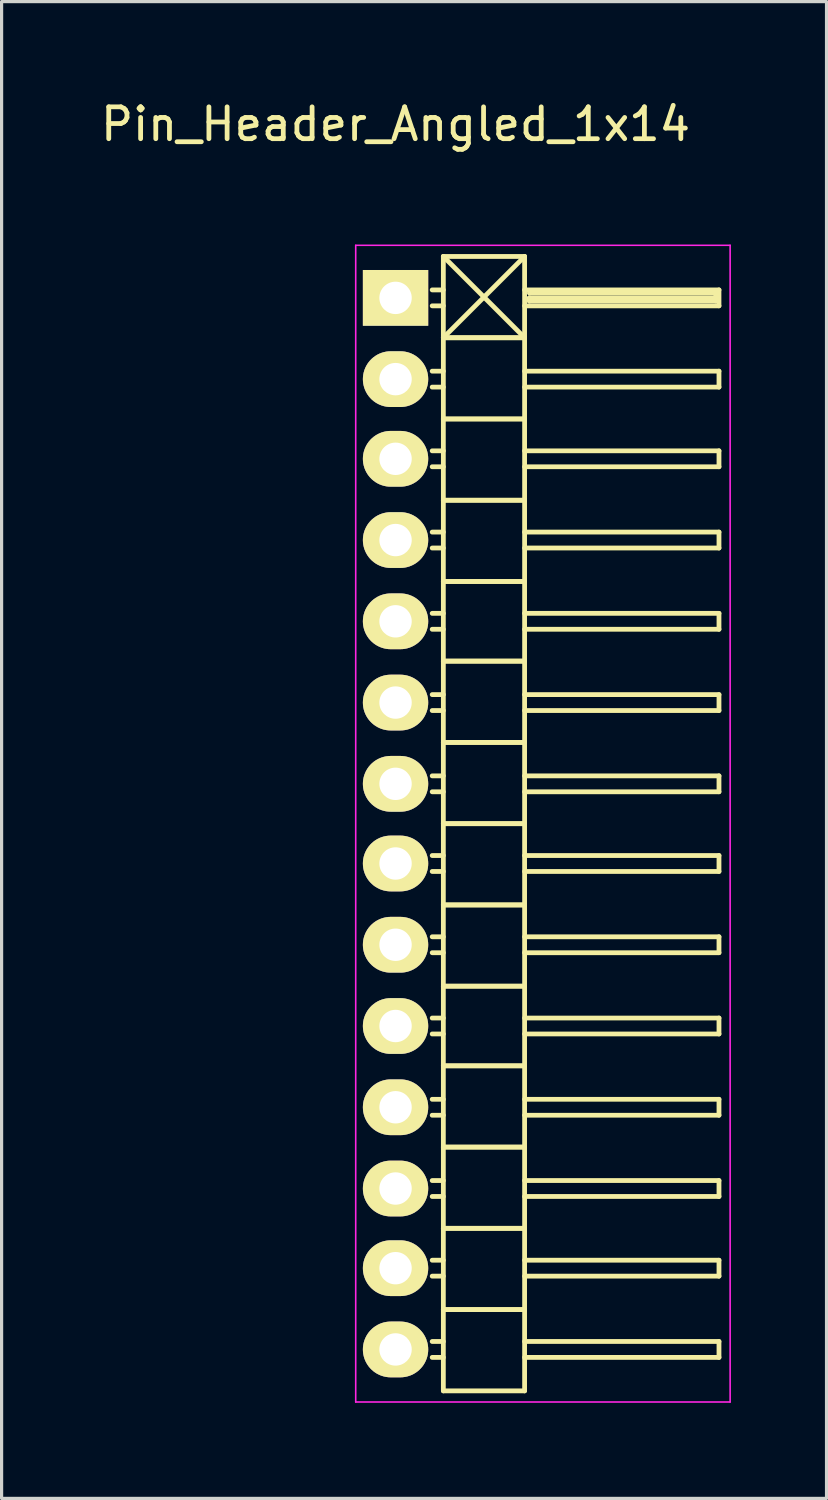
<source format=kicad_pcb>
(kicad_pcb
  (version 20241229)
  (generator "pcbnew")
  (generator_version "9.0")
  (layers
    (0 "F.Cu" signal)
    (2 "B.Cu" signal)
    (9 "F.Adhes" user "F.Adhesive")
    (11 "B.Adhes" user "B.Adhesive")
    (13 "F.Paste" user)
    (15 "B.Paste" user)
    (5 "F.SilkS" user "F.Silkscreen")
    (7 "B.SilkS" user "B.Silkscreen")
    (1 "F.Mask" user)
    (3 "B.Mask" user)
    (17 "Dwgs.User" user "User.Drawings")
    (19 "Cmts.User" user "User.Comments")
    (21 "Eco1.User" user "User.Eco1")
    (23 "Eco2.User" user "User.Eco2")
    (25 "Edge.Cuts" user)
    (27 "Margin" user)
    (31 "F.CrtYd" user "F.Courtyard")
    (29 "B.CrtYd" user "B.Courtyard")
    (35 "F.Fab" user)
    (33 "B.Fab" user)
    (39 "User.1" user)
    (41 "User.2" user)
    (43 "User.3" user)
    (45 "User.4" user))
  (footprint "Pin_Header_Angled_1x14"
    (layer "F.Cu")
    (at 9.363 6.298)
    (property "Reference" "Pin_Header_Angled_1x14" (at 0 -5.45 0) (layer "F.SilkS") (effects (font (size 1 1) (thickness 0.15))))
    (attr through_hole)
    (fp_line (start 1.5 -1.3) (end 1.5 1.25) (stroke (width 0.15) (type solid)) (layer "F.SilkS"))
    (fp_line (start 1.5 -1.3) (end 4.05 -1.3) (stroke (width 0.15) (type solid)) (layer "F.SilkS"))
    (fp_line (start 1.5 -0.25) (end 1.15 -0.25) (stroke (width 0.15) (type solid)) (layer "F.SilkS"))
    (fp_line (start 1.5 0.25) (end 1.15 0.25) (stroke (width 0.15) (type solid)) (layer "F.SilkS"))
    (fp_line (start 1.5 1.25) (end 1.5 3.8) (stroke (width 0.15) (type solid)) (layer "F.SilkS"))
    (fp_line (start 1.5 1.25) (end 4.05 1.25) (stroke (width 0.15) (type solid)) (layer "F.SilkS"))
    (fp_line (start 1.5 1.25) (end 4.05 1.25) (stroke (width 0.15) (type solid)) (layer "F.SilkS"))
    (fp_line (start 1.5 2.3) (end 1.15 2.3) (stroke (width 0.15) (type solid)) (layer "F.SilkS"))
    (fp_line (start 1.5 2.8) (end 1.15 2.8) (stroke (width 0.15) (type solid)) (layer "F.SilkS"))
    (fp_line (start 1.5 3.8) (end 1.5 6.35) (stroke (width 0.15) (type solid)) (layer "F.SilkS"))
    (fp_line (start 1.5 3.8) (end 4.05 3.8) (stroke (width 0.15) (type solid)) (layer "F.SilkS"))
    (fp_line (start 1.5 3.8) (end 4.05 3.8) (stroke (width 0.15) (type solid)) (layer "F.SilkS"))
    (fp_line (start 1.5 4.8) (end 1.15 4.8) (stroke (width 0.15) (type solid)) (layer "F.SilkS"))
    (fp_line (start 1.5 5.3) (end 1.15 5.3) (stroke (width 0.15) (type solid)) (layer "F.SilkS"))
    (fp_line (start 1.5 6.35) (end 1.5 8.9) (stroke (width 0.15) (type solid)) (layer "F.SilkS"))
    (fp_line (start 1.5 6.35) (end 4.05 6.35) (stroke (width 0.15) (type solid)) (layer "F.SilkS"))
    (fp_line (start 1.5 6.35) (end 4.05 6.35) (stroke (width 0.15) (type solid)) (layer "F.SilkS"))
    (fp_line (start 1.5 7.35) (end 1.15 7.35) (stroke (width 0.15) (type solid)) (layer "F.SilkS"))
    (fp_line (start 1.5 7.85) (end 1.15 7.85) (stroke (width 0.15) (type solid)) (layer "F.SilkS"))
    (fp_line (start 1.5 8.9) (end 1.5 11.4) (stroke (width 0.15) (type solid)) (layer "F.SilkS"))
    (fp_line (start 1.5 8.9) (end 4.05 8.9) (stroke (width 0.15) (type solid)) (layer "F.SilkS"))
    (fp_line (start 1.5 8.9) (end 4.05 8.9) (stroke (width 0.15) (type solid)) (layer "F.SilkS"))
    (fp_line (start 1.5 9.9) (end 1.15 9.9) (stroke (width 0.15) (type solid)) (layer "F.SilkS"))
    (fp_line (start 1.5 10.4) (end 1.15 10.4) (stroke (width 0.15) (type solid)) (layer "F.SilkS"))
    (fp_line (start 1.5 11.4) (end 1.5 13.95) (stroke (width 0.15) (type solid)) (layer "F.SilkS"))
    (fp_line (start 1.5 11.4) (end 4.05 11.4) (stroke (width 0.15) (type solid)) (layer "F.SilkS"))
    (fp_line (start 1.5 11.4) (end 4.05 11.4) (stroke (width 0.15) (type solid)) (layer "F.SilkS"))
    (fp_line (start 1.5 12.45) (end 1.15 12.45) (stroke (width 0.15) (type solid)) (layer "F.SilkS"))
    (fp_line (start 1.5 12.95) (end 1.15 12.95) (stroke (width 0.15) (type solid)) (layer "F.SilkS"))
    (fp_line (start 1.5 13.95) (end 1.5 16.5) (stroke (width 0.15) (type solid)) (layer "F.SilkS"))
    (fp_line (start 1.5 13.95) (end 4.05 13.95) (stroke (width 0.15) (type solid)) (layer "F.SilkS"))
    (fp_line (start 1.5 13.95) (end 4.05 13.95) (stroke (width 0.15) (type solid)) (layer "F.SilkS"))
    (fp_line (start 1.5 15) (end 1.15 15) (stroke (width 0.15) (type solid)) (layer "F.SilkS"))
    (fp_line (start 1.5 15.5) (end 1.15 15.5) (stroke (width 0.15) (type solid)) (layer "F.SilkS"))
    (fp_line (start 1.5 16.5) (end 1.5 19.05) (stroke (width 0.15) (type solid)) (layer "F.SilkS"))
    (fp_line (start 1.5 16.5) (end 4.05 16.5) (stroke (width 0.15) (type solid)) (layer "F.SilkS"))
    (fp_line (start 1.5 16.5) (end 4.05 16.5) (stroke (width 0.15) (type solid)) (layer "F.SilkS"))
    (fp_line (start 1.5 17.5) (end 1.15 17.5) (stroke (width 0.15) (type solid)) (layer "F.SilkS"))
    (fp_line (start 1.5 18) (end 1.15 18) (stroke (width 0.15) (type solid)) (layer "F.SilkS"))
    (fp_line (start 1.5 19.05) (end 1.5 21.6) (stroke (width 0.15) (type solid)) (layer "F.SilkS"))
    (fp_line (start 1.5 19.05) (end 4.05 19.05) (stroke (width 0.15) (type solid)) (layer "F.SilkS"))
    (fp_line (start 1.5 19.05) (end 4.05 19.05) (stroke (width 0.15) (type solid)) (layer "F.SilkS"))
    (fp_line (start 1.5 20.05) (end 1.15 20.05) (stroke (width 0.15) (type solid)) (layer "F.SilkS"))
    (fp_line (start 1.5 20.55) (end 1.15 20.55) (stroke (width 0.15) (type solid)) (layer "F.SilkS"))
    (fp_line (start 1.5 21.6) (end 1.5 24.1) (stroke (width 0.15) (type solid)) (layer "F.SilkS"))
    (fp_line (start 1.5 21.6) (end 4.05 21.6) (stroke (width 0.15) (type solid)) (layer "F.SilkS"))
    (fp_line (start 1.5 21.6) (end 4.05 21.6) (stroke (width 0.15) (type solid)) (layer "F.SilkS"))
    (fp_line (start 1.5 22.6) (end 1.15 22.6) (stroke (width 0.15) (type solid)) (layer "F.SilkS"))
    (fp_line (start 1.5 23.1) (end 1.15 23.1) (stroke (width 0.15) (type solid)) (layer "F.SilkS"))
    (fp_line (start 1.5 24.1) (end 1.5 26.65) (stroke (width 0.15) (type solid)) (layer "F.SilkS"))
    (fp_line (start 1.5 24.1) (end 4.05 24.1) (stroke (width 0.15) (type solid)) (layer "F.SilkS"))
    (fp_line (start 1.5 24.1) (end 4.05 24.1) (stroke (width 0.15) (type solid)) (layer "F.SilkS"))
    (fp_line (start 1.5 25.15) (end 1.15 25.15) (stroke (width 0.15) (type solid)) (layer "F.SilkS"))
    (fp_line (start 1.5 25.65) (end 1.15 25.65) (stroke (width 0.15) (type solid)) (layer "F.SilkS"))
    (fp_line (start 1.5 26.65) (end 1.5 29.2) (stroke (width 0.15) (type solid)) (layer "F.SilkS"))
    (fp_line (start 1.5 26.65) (end 4.05 26.65) (stroke (width 0.15) (type solid)) (layer "F.SilkS"))
    (fp_line (start 1.5 26.65) (end 4.05 26.65) (stroke (width 0.15) (type solid)) (layer "F.SilkS"))
    (fp_line (start 1.5 27.7) (end 1.15 27.7) (stroke (width 0.15) (type solid)) (layer "F.SilkS"))
    (fp_line (start 1.5 28.2) (end 1.15 28.2) (stroke (width 0.15) (type solid)) (layer "F.SilkS"))
    (fp_line (start 1.5 29.2) (end 1.5 31.75) (stroke (width 0.15) (type solid)) (layer "F.SilkS"))
    (fp_line (start 1.5 29.2) (end 4.05 29.2) (stroke (width 0.15) (type solid)) (layer "F.SilkS"))
    (fp_line (start 1.5 29.2) (end 4.05 29.2) (stroke (width 0.15) (type solid)) (layer "F.SilkS"))
    (fp_line (start 1.5 30.2) (end 1.15 30.2) (stroke (width 0.15) (type solid)) (layer "F.SilkS"))
    (fp_line (start 1.5 30.7) (end 1.15 30.7) (stroke (width 0.15) (type solid)) (layer "F.SilkS"))
    (fp_line (start 1.5 31.75) (end 1.5 34.3) (stroke (width 0.15) (type solid)) (layer "F.SilkS"))
    (fp_line (start 1.5 31.75) (end 4.05 31.75) (stroke (width 0.15) (type solid)) (layer "F.SilkS"))
    (fp_line (start 1.5 31.75) (end 4.05 31.75) (stroke (width 0.15) (type solid)) (layer "F.SilkS"))
    (fp_line (start 1.5 32.75) (end 1.15 32.75) (stroke (width 0.15) (type solid)) (layer "F.SilkS"))
    (fp_line (start 1.5 33.25) (end 1.15 33.25) (stroke (width 0.15) (type solid)) (layer "F.SilkS"))
    (fp_line (start 1.5 34.3) (end 4.05 34.3) (stroke (width 0.15) (type solid)) (layer "F.SilkS"))
    (fp_line (start 4.05 -1.3) (end 1.5 1.25) (stroke (width 0.15) (type solid)) (layer "F.SilkS"))
    (fp_line (start 4.05 -0.25) (end 10.15 -0.25) (stroke (width 0.15) (type solid)) (layer "F.SilkS"))
    (fp_line (start 4.05 1.25) (end 1.5 -1.3) (stroke (width 0.15) (type solid)) (layer "F.SilkS"))
    (fp_line (start 4.05 1.25) (end 4.05 -1.3) (stroke (width 0.15) (type solid)) (layer "F.SilkS"))
    (fp_line (start 4.05 2.3) (end 10.15 2.3) (stroke (width 0.15) (type solid)) (layer "F.SilkS"))
    (fp_line (start 4.05 3.8) (end 4.05 1.25) (stroke (width 0.15) (type solid)) (layer "F.SilkS"))
    (fp_line (start 4.05 4.8) (end 10.15 4.8) (stroke (width 0.15) (type solid)) (layer "F.SilkS"))
    (fp_line (start 4.05 6.35) (end 4.05 3.8) (stroke (width 0.15) (type solid)) (layer "F.SilkS"))
    (fp_line (start 4.05 7.35) (end 10.15 7.35) (stroke (width 0.15) (type solid)) (layer "F.SilkS"))
    (fp_line (start 4.05 8.9) (end 4.05 6.35) (stroke (width 0.15) (type solid)) (layer "F.SilkS"))
    (fp_line (start 4.05 9.9) (end 10.15 9.9) (stroke (width 0.15) (type solid)) (layer "F.SilkS"))
    (fp_line (start 4.05 11.4) (end 4.05 8.9) (stroke (width 0.15) (type solid)) (layer "F.SilkS"))
    (fp_line (start 4.05 12.45) (end 10.15 12.45) (stroke (width 0.15) (type solid)) (layer "F.SilkS"))
    (fp_line (start 4.05 13.95) (end 4.05 11.4) (stroke (width 0.15) (type solid)) (layer "F.SilkS"))
    (fp_line (start 4.05 15) (end 10.15 15) (stroke (width 0.15) (type solid)) (layer "F.SilkS"))
    (fp_line (start 4.05 16.5) (end 4.05 13.95) (stroke (width 0.15) (type solid)) (layer "F.SilkS"))
    (fp_line (start 4.05 17.5) (end 10.15 17.5) (stroke (width 0.15) (type solid)) (layer "F.SilkS"))
    (fp_line (start 4.05 19.05) (end 4.05 16.5) (stroke (width 0.15) (type solid)) (layer "F.SilkS"))
    (fp_line (start 4.05 20.05) (end 10.15 20.05) (stroke (width 0.15) (type solid)) (layer "F.SilkS"))
    (fp_line (start 4.05 21.6) (end 4.05 19.05) (stroke (width 0.15) (type solid)) (layer "F.SilkS"))
    (fp_line (start 4.05 22.6) (end 10.15 22.6) (stroke (width 0.15) (type solid)) (layer "F.SilkS"))
    (fp_line (start 4.05 24.1) (end 4.05 21.6) (stroke (width 0.15) (type solid)) (layer "F.SilkS"))
    (fp_line (start 4.05 25.15) (end 10.15 25.15) (stroke (width 0.15) (type solid)) (layer "F.SilkS"))
    (fp_line (start 4.05 26.65) (end 4.05 24.1) (stroke (width 0.15) (type solid)) (layer "F.SilkS"))
    (fp_line (start 4.05 27.7) (end 10.15 27.7) (stroke (width 0.15) (type solid)) (layer "F.SilkS"))
    (fp_line (start 4.05 29.2) (end 4.05 26.65) (stroke (width 0.15) (type solid)) (layer "F.SilkS"))
    (fp_line (start 4.05 30.2) (end 10.15 30.2) (stroke (width 0.15) (type solid)) (layer "F.SilkS"))
    (fp_line (start 4.05 31.75) (end 4.05 29.2) (stroke (width 0.15) (type solid)) (layer "F.SilkS"))
    (fp_line (start 4.05 32.75) (end 10.15 32.75) (stroke (width 0.15) (type solid)) (layer "F.SilkS"))
    (fp_line (start 4.05 34.3) (end 4.05 31.75) (stroke (width 0.15) (type solid)) (layer "F.SilkS"))
    (fp_line (start 4.2 -0.15) (end 10.05 -0.15) (stroke (width 0.15) (type solid)) (layer "F.SilkS"))
    (fp_line (start 4.2 0) (end 10.05 0) (stroke (width 0.15) (type solid)) (layer "F.SilkS"))
    (fp_line (start 4.2 0.1) (end 4.2 0) (stroke (width 0.15) (type solid)) (layer "F.SilkS"))
    (fp_line (start 10.05 -0.15) (end 10.05 0.1) (stroke (width 0.15) (type solid)) (layer "F.SilkS"))
    (fp_line (start 10.05 0.1) (end 4.2 0.1) (stroke (width 0.15) (type solid)) (layer "F.SilkS"))
    (fp_line (start 10.15 -0.25) (end 10.15 0.25) (stroke (width 0.15) (type solid)) (layer "F.SilkS"))
    (fp_line (start 10.15 0.25) (end 4.05 0.25) (stroke (width 0.15) (type solid)) (layer "F.SilkS"))
    (fp_line (start 10.15 2.3) (end 10.15 2.8) (stroke (width 0.15) (type solid)) (layer "F.SilkS"))
    (fp_line (start 10.15 2.8) (end 4.05 2.8) (stroke (width 0.15) (type solid)) (layer "F.SilkS"))
    (fp_line (start 10.15 4.8) (end 10.15 5.3) (stroke (width 0.15) (type solid)) (layer "F.SilkS"))
    (fp_line (start 10.15 5.3) (end 4.05 5.3) (stroke (width 0.15) (type solid)) (layer "F.SilkS"))
    (fp_line (start 10.15 7.35) (end 10.15 7.85) (stroke (width 0.15) (type solid)) (layer "F.SilkS"))
    (fp_line (start 10.15 7.85) (end 4.05 7.85) (stroke (width 0.15) (type solid)) (layer "F.SilkS"))
    (fp_line (start 10.15 9.9) (end 10.15 10.4) (stroke (width 0.15) (type solid)) (layer "F.SilkS"))
    (fp_line (start 10.15 10.4) (end 4.05 10.4) (stroke (width 0.15) (type solid)) (layer "F.SilkS"))
    (fp_line (start 10.15 12.45) (end 10.15 12.95) (stroke (width 0.15) (type solid)) (layer "F.SilkS"))
    (fp_line (start 10.15 12.95) (end 4.05 12.95) (stroke (width 0.15) (type solid)) (layer "F.SilkS"))
    (fp_line (start 10.15 15) (end 10.15 15.5) (stroke (width 0.15) (type solid)) (layer "F.SilkS"))
    (fp_line (start 10.15 15.5) (end 4.05 15.5) (stroke (width 0.15) (type solid)) (layer "F.SilkS"))
    (fp_line (start 10.15 17.5) (end 10.15 18) (stroke (width 0.15) (type solid)) (layer "F.SilkS"))
    (fp_line (start 10.15 18) (end 4.05 18) (stroke (width 0.15) (type solid)) (layer "F.SilkS"))
    (fp_line (start 10.15 20.05) (end 10.15 20.55) (stroke (width 0.15) (type solid)) (layer "F.SilkS"))
    (fp_line (start 10.15 20.55) (end 4.05 20.55) (stroke (width 0.15) (type solid)) (layer "F.SilkS"))
    (fp_line (start 10.15 22.6) (end 10.15 23.1) (stroke (width 0.15) (type solid)) (layer "F.SilkS"))
    (fp_line (start 10.15 23.1) (end 4.05 23.1) (stroke (width 0.15) (type solid)) (layer "F.SilkS"))
    (fp_line (start 10.15 25.15) (end 10.15 25.65) (stroke (width 0.15) (type solid)) (layer "F.SilkS"))
    (fp_line (start 10.15 25.65) (end 4.05 25.65) (stroke (width 0.15) (type solid)) (layer "F.SilkS"))
    (fp_line (start 10.15 27.7) (end 10.15 28.2) (stroke (width 0.15) (type solid)) (layer "F.SilkS"))
    (fp_line (start 10.15 28.2) (end 4.05 28.2) (stroke (width 0.15) (type solid)) (layer "F.SilkS"))
    (fp_line (start 10.15 30.2) (end 10.15 30.7) (stroke (width 0.15) (type solid)) (layer "F.SilkS"))
    (fp_line (start 10.15 30.7) (end 4.05 30.7) (stroke (width 0.15) (type solid)) (layer "F.SilkS"))
    (fp_line (start 10.15 32.75) (end 10.15 33.25) (stroke (width 0.15) (type solid)) (layer "F.SilkS"))
    (fp_line (start 10.15 33.25) (end 4.05 33.25) (stroke (width 0.15) (type solid)) (layer "F.SilkS"))
    (fp_line (start -1.25 -1.65) (end -1.25 34.65) (stroke (width 0.05) (type solid)) (layer "F.CrtYd"))
    (fp_line (start -1.25 -1.65) (end 10.5 -1.65) (stroke (width 0.05) (type solid)) (layer "F.CrtYd"))
    (fp_line (start -1.25 34.65) (end 10.5 34.65) (stroke (width 0.05) (type solid)) (layer "F.CrtYd"))
    (fp_line (start 10.5 -1.65) (end 10.5 34.65) (stroke (width 0.05) (type solid)) (layer "F.CrtYd"))
    (pad "1" thru_hole rect (at 0 0) (size 2.05 1.75) (drill 1.016) (layers "*.Cu" "*.Mask" "F.SilkS"))
    (pad "2" thru_hole oval (at 0 2.55) (size 2.05 1.75) (drill 1.016) (layers "*.Cu" "*.Mask" "F.SilkS"))
    (pad "3" thru_hole oval (at 0 5.05) (size 2.05 1.75) (drill 1.016) (layers "*.Cu" "*.Mask" "F.SilkS"))
    (pad "4" thru_hole oval (at 0 7.6) (size 2.05 1.75) (drill 1.016) (layers "*.Cu" "*.Mask" "F.SilkS"))
    (pad "5" thru_hole oval (at 0 10.15) (size 2.05 1.75) (drill 1.016) (layers "*.Cu" "*.Mask" "F.SilkS"))
    (pad "6" thru_hole oval (at 0 12.7) (size 2.05 1.75) (drill 1.016) (layers "*.Cu" "*.Mask" "F.SilkS"))
    (pad "7" thru_hole oval (at 0 15.25) (size 2.05 1.75) (drill 1.016) (layers "*.Cu" "*.Mask" "F.SilkS"))
    (pad "8" thru_hole oval (at 0 17.75) (size 2.05 1.75) (drill 1.016) (layers "*.Cu" "*.Mask" "F.SilkS"))
    (pad "9" thru_hole oval (at 0 20.3) (size 2.05 1.75) (drill 1.016) (layers "*.Cu" "*.Mask" "F.SilkS"))
    (pad "10" thru_hole oval (at 0 22.85) (size 2.05 1.75) (drill 1.016) (layers "*.Cu" "*.Mask" "F.SilkS"))
    (pad "11" thru_hole oval (at 0 25.4) (size 2.05 1.75) (drill 1.016) (layers "*.Cu" "*.Mask" "F.SilkS"))
    (pad "12" thru_hole oval (at 0 27.95) (size 2.05 1.75) (drill 1.016) (layers "*.Cu" "*.Mask" "F.SilkS"))
    (pad "13" thru_hole oval (at 0 30.45) (size 2.05 1.75) (drill 1.016) (layers "*.Cu" "*.Mask" "F.SilkS"))
    (pad "14" thru_hole oval (at 0 33) (size 2.05 1.75) (drill 1.016) (layers "*.Cu" "*.Mask" "F.SilkS")))
  (gr_rect
    (start -3 -3)
    (end 22.888 43.973)
    (stroke (width 0.1) (type default))
    (fill no)
    (layer "Edge.Cuts")))
</source>
